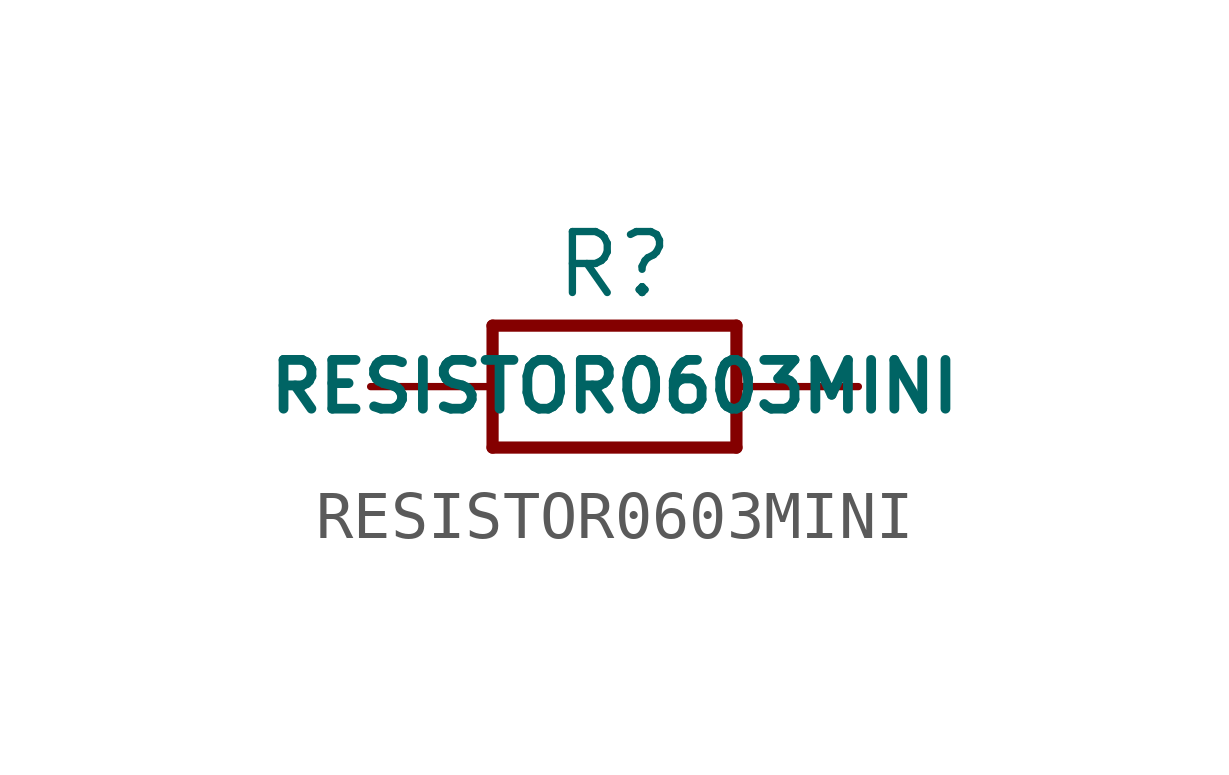
<source format=kicad_sym>
(kicad_symbol_lib
  (version 20201005)
  (generator kicad_symbol_editor)
  (symbol "RESISTOR0603MINI"
    (property "Reference" "R"
      (at 0 2.54 0)
      (effects (font (size 1.27 1.27))))
    (property "Value" "RESISTOR0603MINI"
      (at 0 0 0)
      (effects (font (size 1.016 1.016) bold)))
    (property "ki_locked" ""
      (at 0 0 0)
      (effects (font (size 1.27 1.27))))
    (symbol "RESISTOR0603MINI_1_0"
      (polyline (pts (xy -2.54 -1.27) (xy -2.54 1.27)) (stroke (width 0.254)) (fill (type none)))
      (polyline (pts (xy -2.54 1.27) (xy 2.54 1.27)) (stroke (width 0.254)) (fill (type none)))
      (polyline (pts (xy 2.54 -1.27) (xy -2.54 -1.27)) (stroke (width 0.254)) (fill (type none)))
      (polyline (pts (xy 2.54 1.27) (xy 2.54 -1.27)) (stroke (width 0.254)) (fill (type none)))
      (pin passive line (at -5.08 0 0) (length 2.54) (name "1" (effects (font (size 0 0)))) (number "1" (effects (font (size 0 0)))))
      (pin passive line (at 5.08 0 180) (length 2.54) (name "2" (effects (font (size 0 0)))) (number "2" (effects (font (size 0 0))))))))
</source>
